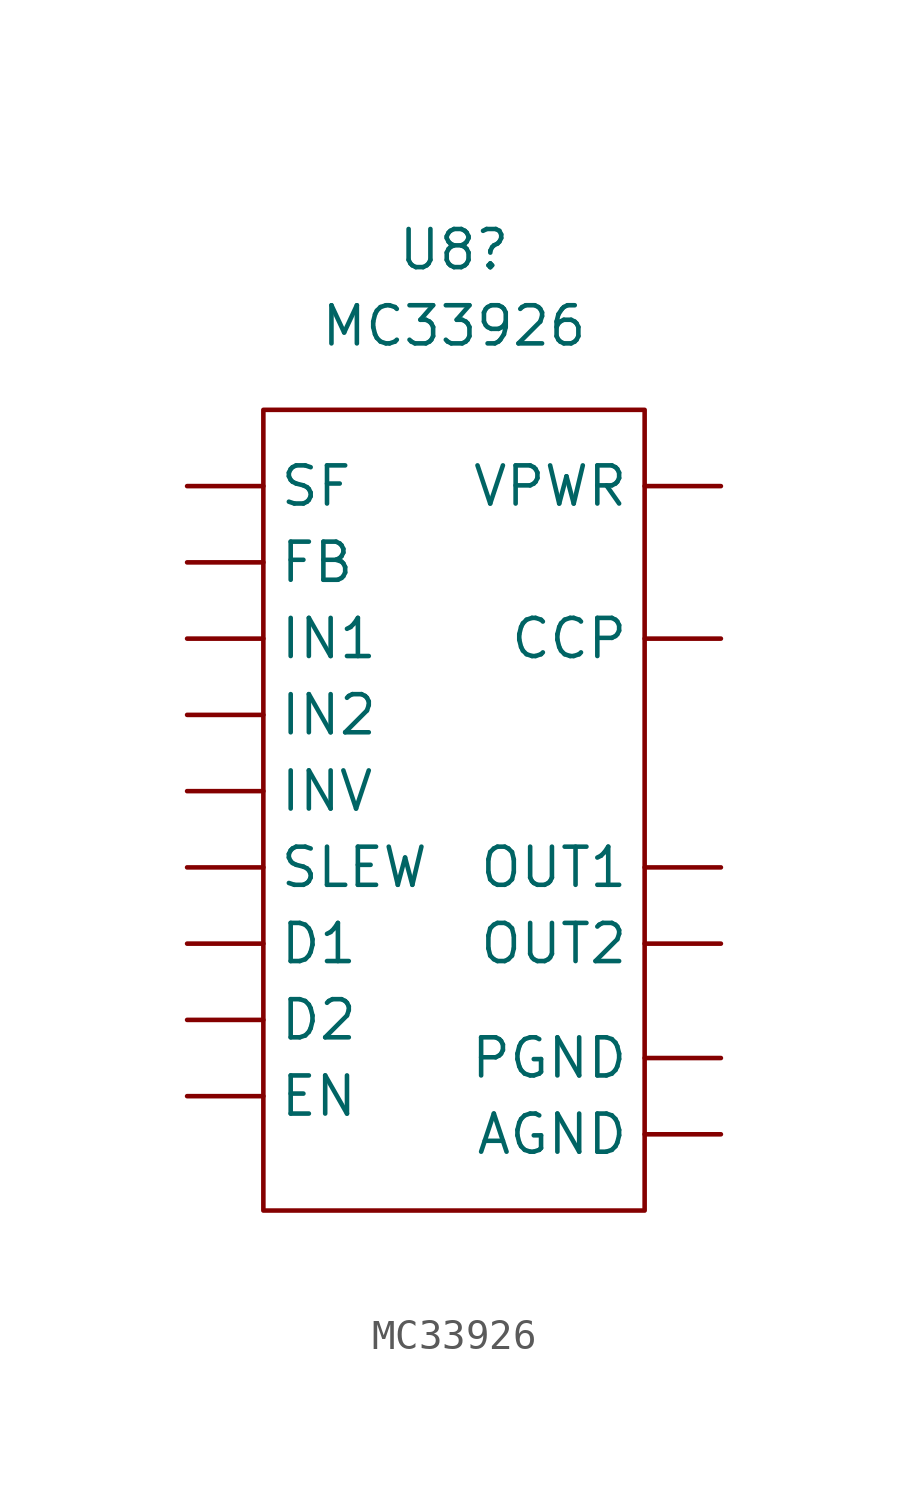
<source format=kicad_sym>
(kicad_symbol_lib
  (version 20211014)
  (generator kicad_symbol_editor)
  (symbol "MC33926"
    (property "Reference" "U8"
      (at 0 19.304 0)
      (effects (font (size 1.27 1.27))))
    (property "Value" "MC33926"
      (at 0 16.764 0)
      (effects (font (size 1.27 1.27))))
    (symbol "MC33926_0_1"
      (rectangle (start -6.35 13.97) (end 6.35 -12.7) (stroke (width 0) (type default) (color 0 0 0 0)) (fill (type none))))
    (symbol "MC33926_1_1"
      (pin input line (at 8.89 -10.16 180) (length 2.54) (name "AGND" (effects (font (size 1.27 1.27)))) (number "" (effects (font (size 1.27 1.27)))))
      (pin input line (at 8.89 6.35 180) (length 2.54) (name "CCP" (effects (font (size 1.27 1.27)))) (number "" (effects (font (size 1.27 1.27)))))
      (pin input line (at -8.89 -3.81 0) (length 2.54) (name "D1" (effects (font (size 1.27 1.27)))) (number "" (effects (font (size 1.27 1.27)))))
      (pin input line (at -8.89 -6.35 0) (length 2.54) (name "D2" (effects (font (size 1.27 1.27)))) (number "" (effects (font (size 1.27 1.27)))))
      (pin input line (at -8.89 -8.89 0) (length 2.54) (name "EN" (effects (font (size 1.27 1.27)))) (number "" (effects (font (size 1.27 1.27)))))
      (pin output line (at -8.89 8.89 0) (length 2.54) (name "FB" (effects (font (size 1.27 1.27)))) (number "" (effects (font (size 1.27 1.27)))))
      (pin input line (at -8.89 6.35 0) (length 2.54) (name "IN1" (effects (font (size 1.27 1.27)))) (number "" (effects (font (size 1.27 1.27)))))
      (pin input line (at -8.89 3.81 0) (length 2.54) (name "IN2" (effects (font (size 1.27 1.27)))) (number "" (effects (font (size 1.27 1.27)))))
      (pin input line (at -8.89 1.27 0) (length 2.54) (name "INV" (effects (font (size 1.27 1.27)))) (number "" (effects (font (size 1.27 1.27)))))
      (pin input line (at 8.89 -1.27 180) (length 2.54) (name "OUT1" (effects (font (size 1.27 1.27)))) (number "" (effects (font (size 1.27 1.27)))))
      (pin input line (at 8.89 -3.81 180) (length 2.54) (name "OUT2" (effects (font (size 1.27 1.27)))) (number "" (effects (font (size 1.27 1.27)))))
      (pin input line (at 8.89 -7.62 180) (length 2.54) (name "PGND" (effects (font (size 1.27 1.27)))) (number "" (effects (font (size 1.27 1.27)))))
      (pin output line (at -8.89 11.43 0) (length 2.54) (name "SF" (effects (font (size 1.27 1.27)))) (number "" (effects (font (size 1.27 1.27)))))
      (pin input line (at -8.89 -1.27 0) (length 2.54) (name "SLEW" (effects (font (size 1.27 1.27)))) (number "" (effects (font (size 1.27 1.27)))))
      (pin input line (at 8.89 11.43 180) (length 2.54) (name "VPWR" (effects (font (size 1.27 1.27)))) (number "" (effects (font (size 1.27 1.27))))))))
</source>
